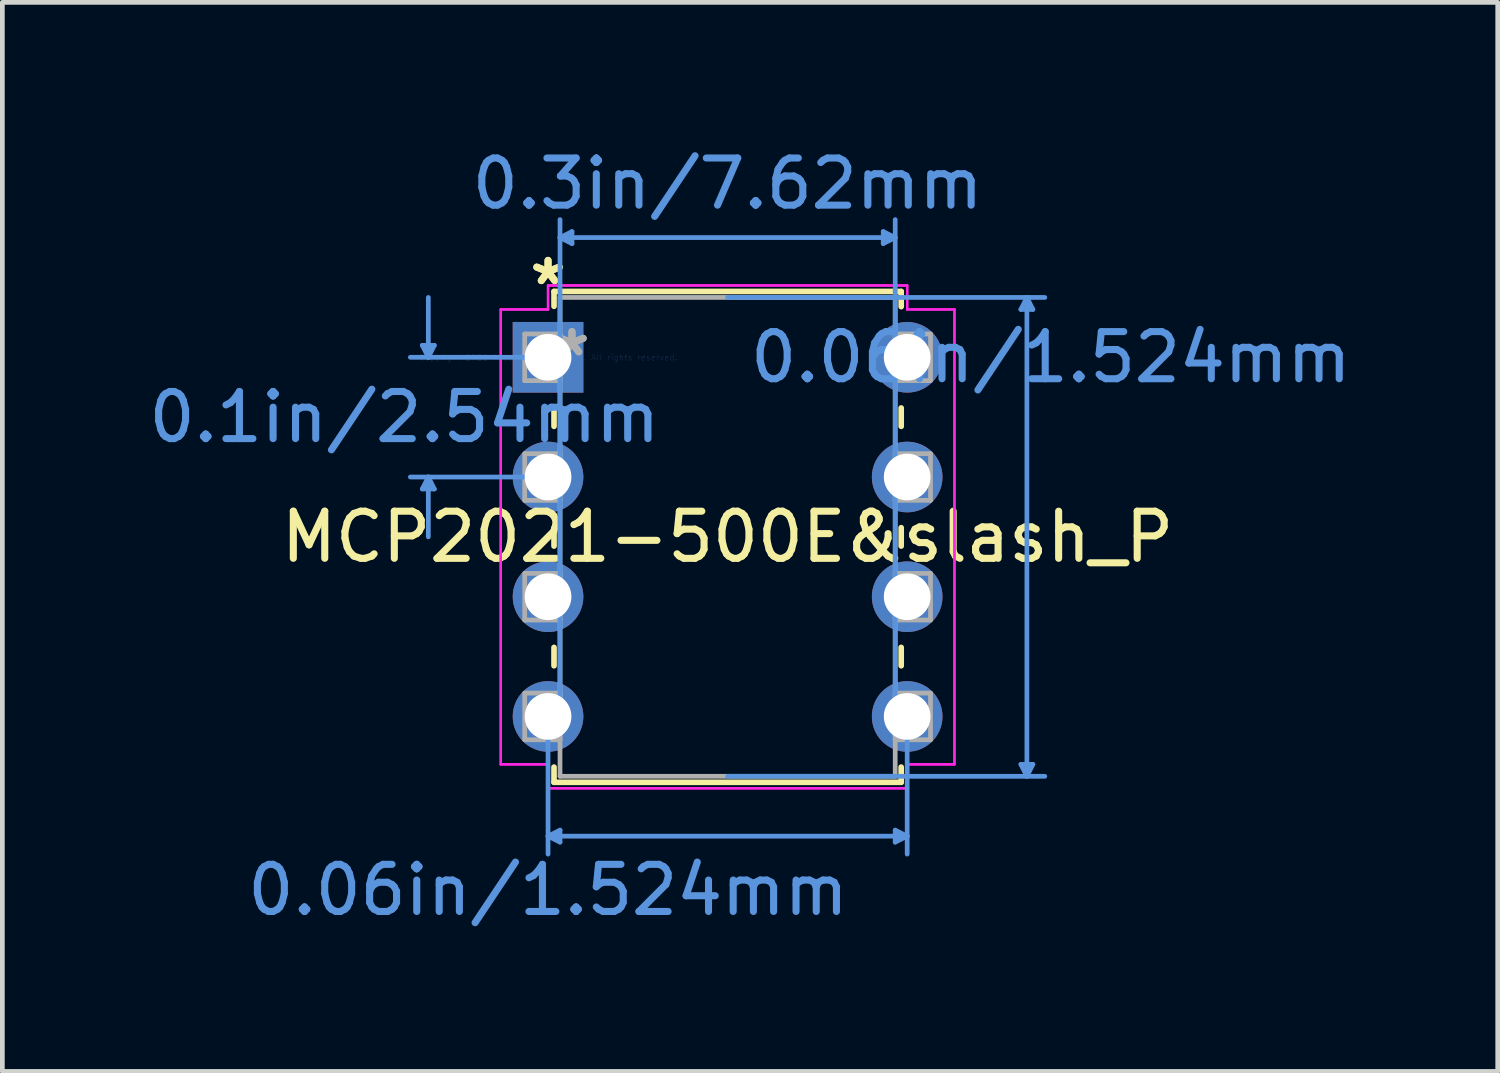
<source format=kicad_pcb>
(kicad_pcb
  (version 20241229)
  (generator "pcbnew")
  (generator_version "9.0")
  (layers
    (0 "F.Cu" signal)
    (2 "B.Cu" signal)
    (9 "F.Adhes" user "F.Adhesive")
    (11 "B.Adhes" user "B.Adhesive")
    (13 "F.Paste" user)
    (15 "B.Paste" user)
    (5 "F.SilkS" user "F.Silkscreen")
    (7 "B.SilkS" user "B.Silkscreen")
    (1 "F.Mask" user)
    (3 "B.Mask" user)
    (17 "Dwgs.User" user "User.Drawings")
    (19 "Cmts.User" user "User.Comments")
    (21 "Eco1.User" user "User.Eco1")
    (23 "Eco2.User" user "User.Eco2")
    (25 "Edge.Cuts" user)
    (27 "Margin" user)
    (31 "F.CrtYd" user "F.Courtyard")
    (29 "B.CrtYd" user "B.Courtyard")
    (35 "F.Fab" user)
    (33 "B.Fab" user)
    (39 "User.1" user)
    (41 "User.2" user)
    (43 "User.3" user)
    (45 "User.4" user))
  (footprint "MCP2021-500E&slash_P"
    (layer "F.Cu")
    (at 8.578 4.531)
    (property "Reference" "MCP2021-500E&slash_P" (at 3.81 3.81 0) (layer "F.SilkS") (effects (font (size 1 1) (thickness 0.15))))
    (attr through_hole)
    (fp_line (start 0.127 -1.397) (end 0.127 -1.082) (stroke (width 0.12) (type solid)) (layer "F.SilkS"))
    (fp_line (start 0.127 1.082) (end 0.127 1.465) (stroke (width 0.12) (type solid)) (layer "F.SilkS"))
    (fp_line (start 0.127 3.615) (end 0.127 4.005) (stroke (width 0.12) (type solid)) (layer "F.SilkS"))
    (fp_line (start 0.127 6.155) (end 0.127 6.545) (stroke (width 0.12) (type solid)) (layer "F.SilkS"))
    (fp_line (start 0.127 8.695) (end 0.127 9.017) (stroke (width 0.12) (type solid)) (layer "F.SilkS"))
    (fp_line (start 0.127 9.017) (end 7.493 9.017) (stroke (width 0.12) (type solid)) (layer "F.SilkS"))
    (fp_line (start 7.493 -1.397) (end 0.127 -1.397) (stroke (width 0.12) (type solid)) (layer "F.SilkS"))
    (fp_line (start 7.493 -1.075) (end 7.493 -1.397) (stroke (width 0.12) (type solid)) (layer "F.SilkS"))
    (fp_line (start 7.493 1.465) (end 7.493 1.075) (stroke (width 0.12) (type solid)) (layer "F.SilkS"))
    (fp_line (start 7.493 4.005) (end 7.493 3.615) (stroke (width 0.12) (type solid)) (layer "F.SilkS"))
    (fp_line (start 7.493 6.545) (end 7.493 6.155) (stroke (width 0.12) (type solid)) (layer "F.SilkS"))
    (fp_line (start 7.493 9.017) (end 7.493 8.695) (stroke (width 0.12) (type solid)) (layer "F.SilkS"))
    (fp_line (start -2.667 -0.254) (end -2.413 -0.254) (stroke (width 0.1) (type solid)) (layer "Cmts.User"))
    (fp_line (start -2.667 2.794) (end -2.413 2.794) (stroke (width 0.1) (type solid)) (layer "Cmts.User"))
    (fp_line (start -2.54 0) (end -2.667 -0.254) (stroke (width 0.1) (type solid)) (layer "Cmts.User"))
    (fp_line (start -2.54 0) (end -2.54 -1.27) (stroke (width 0.1) (type solid)) (layer "Cmts.User"))
    (fp_line (start -2.54 0) (end -2.413 -0.254) (stroke (width 0.1) (type solid)) (layer "Cmts.User"))
    (fp_line (start -2.54 2.54) (end -2.667 2.794) (stroke (width 0.1) (type solid)) (layer "Cmts.User"))
    (fp_line (start -2.54 2.54) (end -2.54 3.81) (stroke (width 0.1) (type solid)) (layer "Cmts.User"))
    (fp_line (start -2.54 2.54) (end -2.413 2.794) (stroke (width 0.1) (type solid)) (layer "Cmts.User"))
    (fp_line (start 0 0) (end -2.921 0) (stroke (width 0.1) (type solid)) (layer "Cmts.User"))
    (fp_line (start 0 2.54) (end -2.921 2.54) (stroke (width 0.1) (type solid)) (layer "Cmts.User"))
    (fp_line (start 0 7.62) (end 0 10.541) (stroke (width 0.1) (type solid)) (layer "Cmts.User"))
    (fp_line (start 0 10.16) (end 0.254 10.033) (stroke (width 0.1) (type solid)) (layer "Cmts.User"))
    (fp_line (start 0 10.16) (end 0.254 10.287) (stroke (width 0.1) (type solid)) (layer "Cmts.User"))
    (fp_line (start 0 10.16) (end 7.62 10.16) (stroke (width 0.1) (type solid)) (layer "Cmts.User"))
    (fp_line (start 0.254 -2.54) (end 0.508 -2.667) (stroke (width 0.1) (type solid)) (layer "Cmts.User"))
    (fp_line (start 0.254 -2.54) (end 0.508 -2.413) (stroke (width 0.1) (type solid)) (layer "Cmts.User"))
    (fp_line (start 0.254 -2.54) (end 7.366 -2.54) (stroke (width 0.1) (type solid)) (layer "Cmts.User"))
    (fp_line (start 0.254 7.62) (end 0.254 -2.921) (stroke (width 0.1) (type solid)) (layer "Cmts.User"))
    (fp_line (start 0.254 10.033) (end 0.254 10.287) (stroke (width 0.1) (type solid)) (layer "Cmts.User"))
    (fp_line (start 0.508 -2.667) (end 0.508 -2.413) (stroke (width 0.1) (type solid)) (layer "Cmts.User"))
    (fp_line (start 3.81 -1.27) (end 10.541 -1.27) (stroke (width 0.1) (type solid)) (layer "Cmts.User"))
    (fp_line (start 3.81 8.89) (end 10.541 8.89) (stroke (width 0.1) (type solid)) (layer "Cmts.User"))
    (fp_line (start 7.112 -2.667) (end 7.112 -2.413) (stroke (width 0.1) (type solid)) (layer "Cmts.User"))
    (fp_line (start 7.366 -2.54) (end 7.112 -2.667) (stroke (width 0.1) (type solid)) (layer "Cmts.User"))
    (fp_line (start 7.366 -2.54) (end 7.112 -2.413) (stroke (width 0.1) (type solid)) (layer "Cmts.User"))
    (fp_line (start 7.366 7.62) (end 7.366 -2.921) (stroke (width 0.1) (type solid)) (layer "Cmts.User"))
    (fp_line (start 7.366 10.033) (end 7.366 10.287) (stroke (width 0.1) (type solid)) (layer "Cmts.User"))
    (fp_line (start 7.62 7.62) (end 7.62 10.541) (stroke (width 0.1) (type solid)) (layer "Cmts.User"))
    (fp_line (start 7.62 10.16) (end 7.366 10.033) (stroke (width 0.1) (type solid)) (layer "Cmts.User"))
    (fp_line (start 7.62 10.16) (end 7.366 10.287) (stroke (width 0.1) (type solid)) (layer "Cmts.User"))
    (fp_line (start 10.033 -1.016) (end 10.287 -1.016) (stroke (width 0.1) (type solid)) (layer "Cmts.User"))
    (fp_line (start 10.033 8.636) (end 10.287 8.636) (stroke (width 0.1) (type solid)) (layer "Cmts.User"))
    (fp_line (start 10.16 -1.27) (end 10.033 -1.016) (stroke (width 0.1) (type solid)) (layer "Cmts.User"))
    (fp_line (start 10.16 -1.27) (end 10.16 8.89) (stroke (width 0.1) (type solid)) (layer "Cmts.User"))
    (fp_line (start 10.16 -1.27) (end 10.287 -1.016) (stroke (width 0.1) (type solid)) (layer "Cmts.User"))
    (fp_line (start 10.16 8.89) (end 10.033 8.636) (stroke (width 0.1) (type solid)) (layer "Cmts.User"))
    (fp_line (start 10.16 8.89) (end 10.287 8.636) (stroke (width 0.1) (type solid)) (layer "Cmts.User"))
    (fp_line (start -1.003 -1.016) (end -1.003 8.636) (stroke (width 0.05) (type solid)) (layer "F.CrtYd"))
    (fp_line (start -1.003 -1.016) (end 0 -1.016) (stroke (width 0.05) (type solid)) (layer "F.CrtYd"))
    (fp_line (start -1.003 8.636) (end -1.003 -1.016) (stroke (width 0.05) (type solid)) (layer "F.CrtYd"))
    (fp_line (start -1.003 8.636) (end 0 8.636) (stroke (width 0.05) (type solid)) (layer "F.CrtYd"))
    (fp_line (start 0 -1.524) (end 0 -1.016) (stroke (width 0.05) (type solid)) (layer "F.CrtYd"))
    (fp_line (start 0 -1.524) (end 7.62 -1.524) (stroke (width 0.05) (type solid)) (layer "F.CrtYd"))
    (fp_line (start 0 -1.016) (end -1.003 -1.016) (stroke (width 0.05) (type solid)) (layer "F.CrtYd"))
    (fp_line (start 0 -1.016) (end 0 -1.524) (stroke (width 0.05) (type solid)) (layer "F.CrtYd"))
    (fp_line (start 0 8.636) (end -1.003 8.636) (stroke (width 0.05) (type solid)) (layer "F.CrtYd"))
    (fp_line (start 0 8.636) (end 0 9.144) (stroke (width 0.05) (type solid)) (layer "F.CrtYd"))
    (fp_line (start 0 9.144) (end 0 8.636) (stroke (width 0.05) (type solid)) (layer "F.CrtYd"))
    (fp_line (start 0 9.144) (end 7.62 9.144) (stroke (width 0.05) (type solid)) (layer "F.CrtYd"))
    (fp_line (start 7.62 -1.524) (end 0 -1.524) (stroke (width 0.05) (type solid)) (layer "F.CrtYd"))
    (fp_line (start 7.62 -1.524) (end 7.62 -1.016) (stroke (width 0.05) (type solid)) (layer "F.CrtYd"))
    (fp_line (start 7.62 -1.016) (end 7.62 -1.524) (stroke (width 0.05) (type solid)) (layer "F.CrtYd"))
    (fp_line (start 7.62 8.636) (end 7.62 9.144) (stroke (width 0.05) (type solid)) (layer "F.CrtYd"))
    (fp_line (start 7.62 8.636) (end 8.623 8.636) (stroke (width 0.05) (type solid)) (layer "F.CrtYd"))
    (fp_line (start 7.62 9.144) (end 0 9.144) (stroke (width 0.05) (type solid)) (layer "F.CrtYd"))
    (fp_line (start 7.62 9.144) (end 7.62 8.636) (stroke (width 0.05) (type solid)) (layer "F.CrtYd"))
    (fp_line (start 8.623 -1.016) (end 7.62 -1.016) (stroke (width 0.05) (type solid)) (layer "F.CrtYd"))
    (fp_line (start 8.623 -1.016) (end 7.62 -1.016) (stroke (width 0.05) (type solid)) (layer "F.CrtYd"))
    (fp_line (start 8.623 -1.016) (end 8.623 8.636) (stroke (width 0.05) (type solid)) (layer "F.CrtYd"))
    (fp_line (start 8.623 8.636) (end 7.62 8.636) (stroke (width 0.05) (type solid)) (layer "F.CrtYd"))
    (fp_line (start 8.623 8.636) (end 8.623 -1.016) (stroke (width 0.05) (type solid)) (layer "F.CrtYd"))
    (fp_line (start -0.495 -0.495) (end -0.495 0.495) (stroke (width 0.1) (type solid)) (layer "F.Fab"))
    (fp_line (start -0.495 0.495) (end 0.254 0.495) (stroke (width 0.1) (type solid)) (layer "F.Fab"))
    (fp_line (start -0.495 2.045) (end -0.495 3.035) (stroke (width 0.1) (type solid)) (layer "F.Fab"))
    (fp_line (start -0.495 3.035) (end 0.254 3.035) (stroke (width 0.1) (type solid)) (layer "F.Fab"))
    (fp_line (start -0.495 4.585) (end -0.495 5.575) (stroke (width 0.1) (type solid)) (layer "F.Fab"))
    (fp_line (start -0.495 5.575) (end 0.254 5.575) (stroke (width 0.1) (type solid)) (layer "F.Fab"))
    (fp_line (start -0.495 7.125) (end -0.495 8.115) (stroke (width 0.1) (type solid)) (layer "F.Fab"))
    (fp_line (start -0.495 8.115) (end 0.254 8.115) (stroke (width 0.1) (type solid)) (layer "F.Fab"))
    (fp_line (start 0.254 -1.27) (end 0.254 8.89) (stroke (width 0.1) (type solid)) (layer "F.Fab"))
    (fp_line (start 0.254 -0.495) (end -0.495 -0.495) (stroke (width 0.1) (type solid)) (layer "F.Fab"))
    (fp_line (start 0.254 0.495) (end 0.254 -0.495) (stroke (width 0.1) (type solid)) (layer "F.Fab"))
    (fp_line (start 0.254 2.045) (end -0.495 2.045) (stroke (width 0.1) (type solid)) (layer "F.Fab"))
    (fp_line (start 0.254 3.035) (end 0.254 2.045) (stroke (width 0.1) (type solid)) (layer "F.Fab"))
    (fp_line (start 0.254 4.585) (end -0.495 4.585) (stroke (width 0.1) (type solid)) (layer "F.Fab"))
    (fp_line (start 0.254 5.575) (end 0.254 4.585) (stroke (width 0.1) (type solid)) (layer "F.Fab"))
    (fp_line (start 0.254 7.125) (end -0.495 7.125) (stroke (width 0.1) (type solid)) (layer "F.Fab"))
    (fp_line (start 0.254 8.115) (end 0.254 7.125) (stroke (width 0.1) (type solid)) (layer "F.Fab"))
    (fp_line (start 0.254 8.89) (end 7.366 8.89) (stroke (width 0.1) (type solid)) (layer "F.Fab"))
    (fp_line (start 7.366 -1.27) (end 0.254 -1.27) (stroke (width 0.1) (type solid)) (layer "F.Fab"))
    (fp_line (start 7.366 -0.495) (end 7.366 0.495) (stroke (width 0.1) (type solid)) (layer "F.Fab"))
    (fp_line (start 7.366 0.495) (end 8.115 0.495) (stroke (width 0.1) (type solid)) (layer "F.Fab"))
    (fp_line (start 7.366 2.045) (end 7.366 3.035) (stroke (width 0.1) (type solid)) (layer "F.Fab"))
    (fp_line (start 7.366 3.035) (end 8.115 3.035) (stroke (width 0.1) (type solid)) (layer "F.Fab"))
    (fp_line (start 7.366 4.585) (end 7.366 5.575) (stroke (width 0.1) (type solid)) (layer "F.Fab"))
    (fp_line (start 7.366 5.575) (end 8.115 5.575) (stroke (width 0.1) (type solid)) (layer "F.Fab"))
    (fp_line (start 7.366 7.125) (end 7.366 8.115) (stroke (width 0.1) (type solid)) (layer "F.Fab"))
    (fp_line (start 7.366 8.115) (end 8.115 8.115) (stroke (width 0.1) (type solid)) (layer "F.Fab"))
    (fp_line (start 7.366 8.89) (end 7.366 -1.27) (stroke (width 0.1) (type solid)) (layer "F.Fab"))
    (fp_line (start 8.115 -0.495) (end 7.366 -0.495) (stroke (width 0.1) (type solid)) (layer "F.Fab"))
    (fp_line (start 8.115 0.495) (end 8.115 -0.495) (stroke (width 0.1) (type solid)) (layer "F.Fab"))
    (fp_line (start 8.115 2.045) (end 7.366 2.045) (stroke (width 0.1) (type solid)) (layer "F.Fab"))
    (fp_line (start 8.115 3.035) (end 8.115 2.045) (stroke (width 0.1) (type solid)) (layer "F.Fab"))
    (fp_line (start 8.115 4.585) (end 7.366 4.585) (stroke (width 0.1) (type solid)) (layer "F.Fab"))
    (fp_line (start 8.115 5.575) (end 8.115 4.585) (stroke (width 0.1) (type solid)) (layer "F.Fab"))
    (fp_line (start 8.115 7.125) (end 7.366 7.125) (stroke (width 0.1) (type solid)) (layer "F.Fab"))
    (fp_line (start 8.115 8.115) (end 8.115 7.125) (stroke (width 0.1) (type solid)) (layer "F.Fab"))
    (fp_text user "*" (at 0 -1.511 0) (layer "F.SilkS") (effects (font (size 1 1) (thickness 0.15))))
    (fp_text user "*" (at 0 -1.511 0) (layer "F.SilkS") (effects (font (size 1 1) (thickness 0.15))))
    (fp_text user "Copyright 2021 Accelerated Designs. All rights reserved." (at 0 0 0) (layer "Cmts.User") (effects (font (size 0.127 0.127) (thickness 0.002))))
    (fp_text user "0.1in/2.54mm" (at -3.048 1.27 0) (layer "Cmts.User") (effects (font (size 1 1) (thickness 0.15))))
    (fp_text user "0.06in/1.524mm" (at 10.668 0 0) (layer "Cmts.User") (effects (font (size 1 1) (thickness 0.15))))
    (fp_text user "0.06in/1.524mm" (at 0 11.303 0) (layer "Cmts.User") (effects (font (size 1 1) (thickness 0.15))))
    (fp_text user "0.3in/7.62mm" (at 3.81 -3.683 0) (layer "Cmts.User") (effects (font (size 1 1) (thickness 0.15))))
    (fp_text user "*" (at 0.508 0 0) (layer "F.Fab") (effects (font (size 1 1) (thickness 0.15))))
    (fp_text user "*" (at 0.508 0 0) (layer "F.Fab") (effects (font (size 1 1) (thickness 0.15))))
    (pad "1" thru_hole rect (at 0 0) (size 1.499 1.499) (drill 0.991) (layers "*.Cu" "*.Mask"))
    (pad "2" thru_hole circle (at 0 2.54) (size 1.499 1.499) (drill 0.991) (layers "*.Cu" "*.Mask"))
    (pad "3" thru_hole circle (at 0 5.08) (size 1.499 1.499) (drill 0.991) (layers "*.Cu" "*.Mask"))
    (pad "4" thru_hole circle (at 0 7.62) (size 1.499 1.499) (drill 0.991) (layers "*.Cu" "*.Mask"))
    (pad "5" thru_hole circle (at 7.62 7.62) (size 1.499 1.499) (drill 0.991) (layers "*.Cu" "*.Mask"))
    (pad "6" thru_hole circle (at 7.62 5.08) (size 1.499 1.499) (drill 0.991) (layers "*.Cu" "*.Mask"))
    (pad "7" thru_hole circle (at 7.62 2.54) (size 1.499 1.499) (drill 0.991) (layers "*.Cu" "*.Mask"))
    (pad "8" thru_hole circle (at 7.62 0) (size 1.499 1.499) (drill 0.991) (layers "*.Cu" "*.Mask")))
  (gr_rect
    (start -3 -3)
    (end 28.728 19.683)
    (stroke (width 0.1) (type default))
    (fill no)
    (layer "Edge.Cuts")))
</source>
